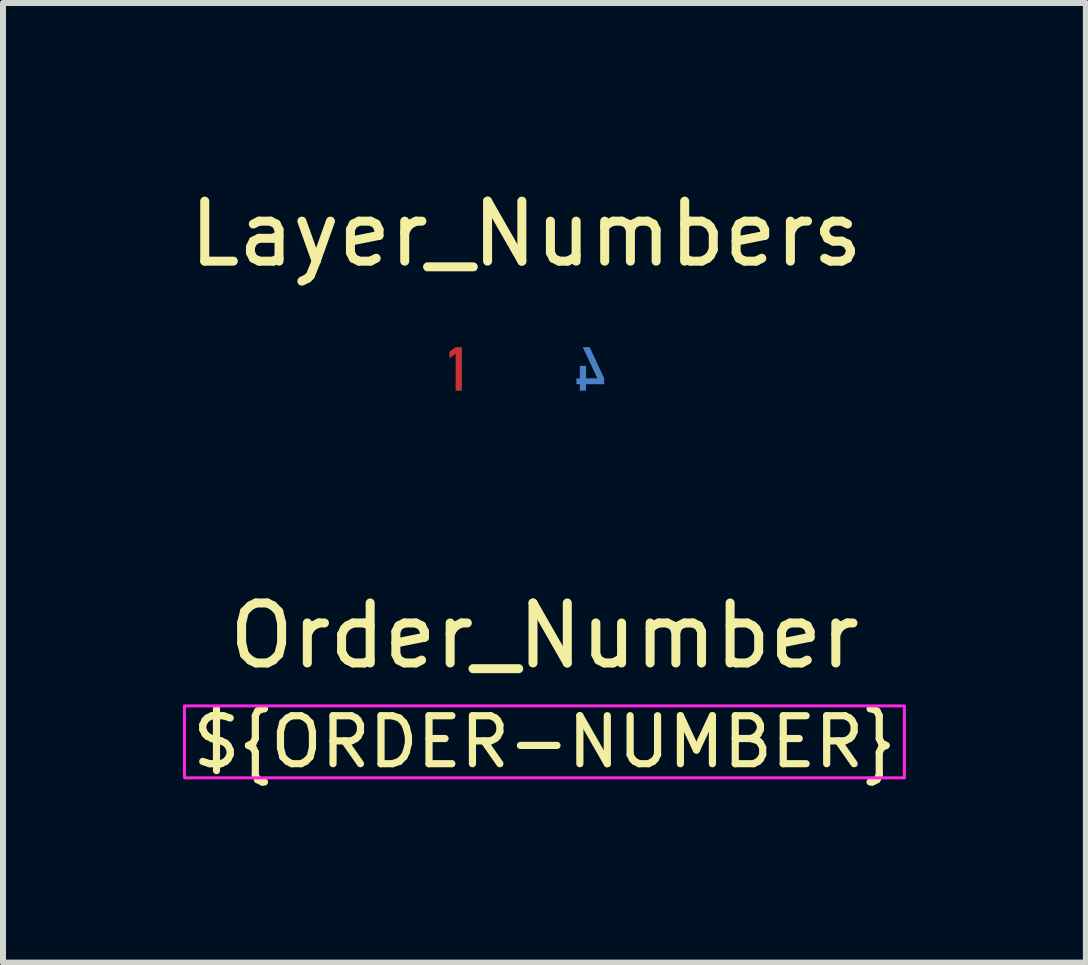
<source format=kicad_pcb>
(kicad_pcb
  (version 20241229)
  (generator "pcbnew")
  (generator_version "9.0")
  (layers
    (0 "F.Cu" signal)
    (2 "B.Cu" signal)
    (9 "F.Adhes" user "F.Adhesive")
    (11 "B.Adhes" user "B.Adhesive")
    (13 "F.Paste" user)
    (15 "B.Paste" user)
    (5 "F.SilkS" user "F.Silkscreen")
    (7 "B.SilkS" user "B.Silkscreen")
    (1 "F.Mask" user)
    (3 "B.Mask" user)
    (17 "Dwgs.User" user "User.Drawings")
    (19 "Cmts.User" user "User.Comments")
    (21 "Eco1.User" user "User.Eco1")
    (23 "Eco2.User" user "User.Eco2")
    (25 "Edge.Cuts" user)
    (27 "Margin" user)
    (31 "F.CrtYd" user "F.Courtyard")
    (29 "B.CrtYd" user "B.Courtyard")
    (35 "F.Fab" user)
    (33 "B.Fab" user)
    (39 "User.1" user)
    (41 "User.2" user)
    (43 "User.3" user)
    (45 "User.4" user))
  (footprint "Layer_Numbers"
    (layer "F.Cu")
    (at 5.72 3.098)
    (property "Reference" "Layer_Numbers" (at 0 -2.25 0) (unlocked yes) (layer "F.SilkS") (effects (font (size 1 1) (thickness 0.15))))
    (attr exclude_from_pos_files exclude_from_bom allow_missing_courtyard)
    (fp_poly (pts (xy -1.072 0.364) (xy -1.175 0.364) (xy -1.175 -0.251) (xy -1.278 -0.176) (xy -1.278 -0.286) (xy -1.175 -0.361) (xy -1.072 -0.361)) (stroke (width 0) (type solid)) (fill yes) (layer "F.Cu"))
    (fp_rect (start -1.5 -0.5) (end 1.5 0.5) (stroke (width 0) (type solid)) (fill yes) (layer "F.Mask"))
    (fp_poly (pts (xy 1.301 0.158) (xy 1.301 0.256) (xy 0.999 0.256) (xy 0.999 0.364) (xy 0.895 0.364) (xy 0.895 0.256) (xy 0.838 0.256) (xy 0.838 0.158) (xy 0.895 0.158) (xy 0.895 -0.05) (xy 0.999 -0.05) (xy 0.999 0.158) (xy 1.188 0.158) (xy 0.943 -0.361) (xy 1.059 -0.361)) (stroke (width 0) (type solid)) (fill yes) (layer "B.Cu"))
    (fp_rect (start -1.5 -0.5) (end 1.5 0.5) (stroke (width 0) (type solid)) (fill yes) (layer "B.Mask"))
    (fp_poly (pts (xy -0.395 -0.367) (xy -0.383 -0.366) (xy -0.372 -0.364) (xy -0.362 -0.363) (xy -0.351 -0.361) (xy -0.341 -0.358) (xy -0.331 -0.355) (xy -0.321 -0.351) (xy -0.312 -0.348) (xy -0.303 -0.343) (xy -0.294 -0.338) (xy -0.286 -0.333) (xy -0.278 -0.327) (xy -0.27 -0.321) (xy -0.262 -0.314) (xy -0.254 -0.307) (xy -0.247 -0.3) (xy -0.241 -0.292) (xy -0.234 -0.284) (xy -0.229 -0.276) (xy -0.223 -0.268) (xy -0.218 -0.259) (xy -0.214 -0.25) (xy -0.21 -0.241) (xy -0.206 -0.232) (xy -0.203 -0.222) (xy -0.201 -0.213) (xy -0.198 -0.202) (xy -0.197 -0.192) (xy -0.195 -0.182) (xy -0.195 -0.171) (xy -0.194 -0.16) (xy -0.194 -0.151) (xy -0.195 -0.142) (xy -0.196 -0.133) (xy -0.197 -0.125) (xy -0.199 -0.116) (xy -0.2 -0.108) (xy -0.203 -0.1) (xy -0.205 -0.092) (xy -0.208 -0.084) (xy -0.211 -0.076) (xy -0.215 -0.069) (xy -0.219 -0.061) (xy -0.223 -0.054) (xy -0.228 -0.047) (xy -0.233 -0.039) (xy -0.238 -0.032) (xy -0.471 0.26) (xy -0.194 0.26) (xy -0.194 0.364) (xy -0.607 0.364) (xy -0.607 0.266) (xy -0.325 -0.088) (xy -0.323 -0.091) (xy -0.321 -0.093) (xy -0.319 -0.096) (xy -0.317 -0.099) (xy -0.315 -0.101) (xy -0.314 -0.104) (xy -0.312 -0.106) (xy -0.311 -0.109) (xy -0.309 -0.111) (xy -0.308 -0.114) (xy -0.307 -0.116) (xy -0.306 -0.118) (xy -0.305 -0.121) (xy -0.304 -0.123) (xy -0.303 -0.126) (xy -0.302 -0.128) (xy -0.301 -0.132) (xy -0.3 -0.136) (xy -0.3 -0.141) (xy -0.299 -0.145) (xy -0.299 -0.149) (xy -0.299 -0.153) (xy -0.298 -0.157) (xy -0.298 -0.161) (xy -0.298 -0.166) (xy -0.299 -0.171) (xy -0.299 -0.176) (xy -0.3 -0.18) (xy -0.301 -0.185) (xy -0.302 -0.19) (xy -0.303 -0.194) (xy -0.305 -0.199) (xy -0.306 -0.203) (xy -0.308 -0.207) (xy -0.31 -0.212) (xy -0.312 -0.216) (xy -0.315 -0.22) (xy -0.318 -0.224) (xy -0.32 -0.228) (xy -0.324 -0.232) (xy -0.327 -0.235) (xy -0.33 -0.239) (xy -0.334 -0.242) (xy -0.338 -0.245) (xy -0.342 -0.248) (xy -0.346 -0.25) (xy -0.351 -0.253) (xy -0.355 -0.255) (xy -0.36 -0.257) (xy -0.365 -0.258) (xy -0.37 -0.26) (xy -0.375 -0.261) (xy -0.381 -0.262) (xy -0.386 -0.262) (xy -0.392 -0.263) (xy -0.398 -0.263) (xy -0.403 -0.263) (xy -0.409 -0.263) (xy -0.414 -0.262) (xy -0.419 -0.261) (xy -0.423 -0.26) (xy -0.428 -0.259) (xy -0.433 -0.258) (xy -0.437 -0.256) (xy -0.442 -0.254) (xy -0.446 -0.252) (xy -0.45 -0.25) (xy -0.454 -0.248) (xy -0.458 -0.245) (xy -0.462 -0.242) (xy -0.466 -0.239) (xy -0.469 -0.236) (xy -0.473 -0.232) (xy -0.476 -0.228) (xy -0.479 -0.225) (xy -0.482 -0.221) (xy -0.485 -0.216) (xy -0.488 -0.212) (xy -0.49 -0.207) (xy -0.493 -0.203) (xy -0.495 -0.198) (xy -0.497 -0.193) (xy -0.498 -0.188) (xy -0.5 -0.182) (xy -0.501 -0.176) (xy -0.502 -0.171) (xy -0.503 -0.165) (xy -0.504 -0.159) (xy -0.607 -0.159) (xy -0.607 -0.17) (xy -0.606 -0.181) (xy -0.604 -0.191) (xy -0.602 -0.202) (xy -0.6 -0.212) (xy -0.597 -0.222) (xy -0.594 -0.232) (xy -0.59 -0.241) (xy -0.586 -0.251) (xy -0.582 -0.259) (xy -0.577 -0.268) (xy -0.572 -0.277) (xy -0.566 -0.285) (xy -0.56 -0.293) (xy -0.554 -0.301) (xy -0.547 -0.308) (xy -0.539 -0.315) (xy -0.532 -0.322) (xy -0.524 -0.328) (xy -0.517 -0.334) (xy -0.508 -0.339) (xy -0.5 -0.344) (xy -0.492 -0.348) (xy -0.483 -0.352) (xy -0.474 -0.355) (xy -0.465 -0.358) (xy -0.456 -0.361) (xy -0.446 -0.363) (xy -0.436 -0.365) (xy -0.427 -0.366) (xy -0.416 -0.367) (xy -0.406 -0.367)) (stroke (width 0) (type solid)) (fill yes) (layer "In1.Cu"))
    (fp_poly (pts (xy 0.357 -0.367) (xy 0.366 -0.366) (xy 0.376 -0.365) (xy 0.385 -0.363) (xy 0.394 -0.361) (xy 0.403 -0.359) (xy 0.411 -0.356) (xy 0.42 -0.353) (xy 0.428 -0.349) (xy 0.436 -0.345) (xy 0.444 -0.34) (xy 0.452 -0.335) (xy 0.46 -0.33) (xy 0.467 -0.324) (xy 0.474 -0.318) (xy 0.481 -0.311) (xy 0.488 -0.304) (xy 0.495 -0.297) (xy 0.501 -0.29) (xy 0.507 -0.282) (xy 0.512 -0.274) (xy 0.517 -0.266) (xy 0.522 -0.258) (xy 0.526 -0.25) (xy 0.53 -0.241) (xy 0.534 -0.233) (xy 0.537 -0.224) (xy 0.539 -0.214) (xy 0.542 -0.205) (xy 0.544 -0.195) (xy 0.545 -0.186) (xy 0.546 -0.176) (xy 0.443 -0.176) (xy 0.441 -0.181) (xy 0.44 -0.187) (xy 0.438 -0.192) (xy 0.436 -0.197) (xy 0.435 -0.201) (xy 0.433 -0.206) (xy 0.43 -0.21) (xy 0.428 -0.215) (xy 0.425 -0.219) (xy 0.423 -0.223) (xy 0.42 -0.226) (xy 0.417 -0.23) (xy 0.414 -0.233) (xy 0.411 -0.236) (xy 0.407 -0.239) (xy 0.404 -0.242) (xy 0.4 -0.244) (xy 0.397 -0.247) (xy 0.393 -0.249) (xy 0.39 -0.251) (xy 0.386 -0.253) (xy 0.382 -0.255) (xy 0.379 -0.256) (xy 0.375 -0.258) (xy 0.371 -0.259) (xy 0.367 -0.26) (xy 0.363 -0.261) (xy 0.359 -0.262) (xy 0.355 -0.262) (xy 0.351 -0.263) (xy 0.347 -0.263) (xy 0.343 -0.263) (xy 0.338 -0.263) (xy 0.332 -0.263) (xy 0.326 -0.262) (xy 0.321 -0.261) (xy 0.316 -0.26) (xy 0.311 -0.259) (xy 0.306 -0.257) (xy 0.301 -0.255) (xy 0.297 -0.253) (xy 0.292 -0.251) (xy 0.288 -0.249) (xy 0.283 -0.246) (xy 0.279 -0.244) (xy 0.275 -0.241) (xy 0.271 -0.237) (xy 0.268 -0.234) (xy 0.264 -0.23) (xy 0.261 -0.226) (xy 0.258 -0.222) (xy 0.255 -0.218) (xy 0.252 -0.214) (xy 0.25 -0.21) (xy 0.247 -0.205) (xy 0.245 -0.2) (xy 0.244 -0.196) (xy 0.242 -0.191) (xy 0.241 -0.186) (xy 0.24 -0.181) (xy 0.239 -0.175) (xy 0.238 -0.17) (xy 0.238 -0.165) (xy 0.237 -0.159) (xy 0.237 -0.153) (xy 0.238 -0.148) (xy 0.238 -0.142) (xy 0.239 -0.137) (xy 0.24 -0.132) (xy 0.241 -0.127) (xy 0.243 -0.122) (xy 0.245 -0.118) (xy 0.247 -0.113) (xy 0.249 -0.109) (xy 0.251 -0.105) (xy 0.254 -0.1) (xy 0.257 -0.096) (xy 0.26 -0.093) (xy 0.263 -0.089) (xy 0.267 -0.085) (xy 0.27 -0.082) (xy 0.274 -0.078) (xy 0.279 -0.075) (xy 0.283 -0.072) (xy 0.287 -0.07) (xy 0.292 -0.067) (xy 0.297 -0.065) (xy 0.302 -0.063) (xy 0.307 -0.062) (xy 0.313 -0.06) (xy 0.318 -0.059) (xy 0.324 -0.058) (xy 0.33 -0.057) (xy 0.336 -0.056) (xy 0.343 -0.056) (xy 0.349 -0.056) (xy 0.385 -0.056) (xy 0.385 0.036) (xy 0.341 0.036) (xy 0.335 0.036) (xy 0.329 0.036) (xy 0.324 0.037) (xy 0.318 0.038) (xy 0.313 0.039) (xy 0.307 0.04) (xy 0.302 0.042) (xy 0.297 0.043) (xy 0.292 0.045) (xy 0.288 0.047) (xy 0.283 0.05) (xy 0.278 0.052) (xy 0.274 0.055) (xy 0.27 0.058) (xy 0.266 0.062) (xy 0.262 0.065) (xy 0.258 0.069) (xy 0.254 0.073) (xy 0.251 0.078) (xy 0.248 0.082) (xy 0.245 0.087) (xy 0.242 0.092) (xy 0.24 0.097) (xy 0.238 0.102) (xy 0.236 0.107) (xy 0.234 0.113) (xy 0.232 0.119) (xy 0.231 0.125) (xy 0.23 0.131) (xy 0.23 0.137) (xy 0.229 0.144) (xy 0.229 0.151) (xy 0.229 0.158) (xy 0.23 0.164) (xy 0.23 0.17) (xy 0.231 0.176) (xy 0.232 0.182) (xy 0.234 0.188) (xy 0.236 0.193) (xy 0.238 0.199) (xy 0.24 0.204) (xy 0.242 0.209) (xy 0.245 0.214) (xy 0.248 0.218) (xy 0.251 0.222) (xy 0.254 0.227) (xy 0.258 0.231) (xy 0.262 0.234) (xy 0.266 0.238) (xy 0.27 0.242) (xy 0.274 0.245) (xy 0.278 0.248) (xy 0.283 0.251) (xy 0.287 0.253) (xy 0.292 0.256) (xy 0.297 0.258) (xy 0.301 0.26) (xy 0.306 0.261) (xy 0.312 0.263) (xy 0.317 0.264) (xy 0.322 0.265) (xy 0.328 0.265) (xy 0.333 0.266) (xy 0.339 0.266) (xy 0.344 0.266) (xy 0.349 0.265) (xy 0.354 0.265) (xy 0.359 0.264) (xy 0.364 0.263) (xy 0.368 0.262) (xy 0.373 0.261) (xy 0.377 0.26) (xy 0.381 0.258) (xy 0.386 0.257) (xy 0.389 0.255) (xy 0.393 0.253) (xy 0.397 0.25) (xy 0.401 0.248) (xy 0.404 0.245) (xy 0.407 0.242) (xy 0.41 0.239) (xy 0.413 0.236) (xy 0.416 0.233) (xy 0.419 0.23) (xy 0.422 0.227) (xy 0.425 0.224) (xy 0.427 0.22) (xy 0.43 0.216) (xy 0.432 0.213) (xy 0.435 0.209) (xy 0.437 0.205) (xy 0.439 0.201) (xy 0.441 0.197) (xy 0.443 0.193) (xy 0.445 0.188) (xy 0.447 0.184) (xy 0.551 0.184) (xy 0.548 0.195) (xy 0.546 0.206) (xy 0.543 0.216) (xy 0.54 0.226) (xy 0.536 0.236) (xy 0.532 0.245) (xy 0.528 0.255) (xy 0.524 0.263) (xy 0.519 0.272) (xy 0.514 0.28) (xy 0.508 0.288) (xy 0.503 0.295) (xy 0.496 0.302) (xy 0.49 0.309) (xy 0.483 0.316) (xy 0.476 0.322) (xy 0.469 0.328) (xy 0.462 0.333) (xy 0.454 0.338) (xy 0.447 0.343) (xy 0.439 0.347) (xy 0.431 0.351) (xy 0.423 0.354) (xy 0.415 0.358) (xy 0.407 0.36) (xy 0.398 0.363) (xy 0.39 0.365) (xy 0.381 0.367) (xy 0.372 0.368) (xy 0.363 0.369) (xy 0.354 0.369) (xy 0.345 0.37) (xy 0.333 0.369) (xy 0.322 0.368) (xy 0.31 0.367) (xy 0.299 0.365) (xy 0.289 0.363) (xy 0.278 0.36) (xy 0.268 0.357) (xy 0.258 0.354) (xy 0.248 0.35) (xy 0.239 0.345) (xy 0.23 0.34) (xy 0.221 0.335) (xy 0.212 0.329) (xy 0.204 0.323) (xy 0.196 0.316) (xy 0.188 0.308) (xy 0.181 0.301) (xy 0.174 0.293) (xy 0.167 0.285) (xy 0.161 0.276) (xy 0.155 0.267) (xy 0.15 0.258) (xy 0.145 0.249) (xy 0.141 0.239) (xy 0.138 0.229) (xy 0.134 0.218) (xy 0.132 0.207) (xy 0.129 0.196) (xy 0.128 0.185) (xy 0.126 0.173) (xy 0.125 0.16) (xy 0.125 0.148) (xy 0.125 0.142) (xy 0.125 0.136) (xy 0.126 0.131) (xy 0.126 0.125) (xy 0.127 0.12) (xy 0.128 0.114) (xy 0.129 0.109) (xy 0.13 0.103) (xy 0.131 0.098) (xy 0.133 0.092) (xy 0.134 0.087) (xy 0.136 0.082) (xy 0.138 0.076) (xy 0.14 0.071) (xy 0.142 0.066) (xy 0.144 0.06) (xy 0.147 0.055) (xy 0.15 0.05) (xy 0.153 0.045) (xy 0.156 0.04) (xy 0.16 0.035) (xy 0.163 0.031) (xy 0.167 0.026) (xy 0.171 0.022) (xy 0.175 0.017) (xy 0.18 0.013) (xy 0.184 0.009) (xy 0.189 0.004) (xy 0.194 0.000395) (xy 0.199 -0.004) (xy 0.205 -0.007) (xy 0.21 -0.011) (xy 0.205 -0.015) (xy 0.2 -0.019) (xy 0.195 -0.023) (xy 0.19 -0.027) (xy 0.185 -0.031) (xy 0.181 -0.035) (xy 0.177 -0.039) (xy 0.173 -0.044) (xy 0.169 -0.048) (xy 0.165 -0.052) (xy 0.162 -0.057) (xy 0.159 -0.061) (xy 0.156 -0.066) (xy 0.153 -0.071) (xy 0.151 -0.075) (xy 0.148 -0.08) (xy 0.147 -0.085) (xy 0.145 -0.09) (xy 0.143 -0.095) (xy 0.142 -0.1) (xy 0.141 -0.105) (xy 0.139 -0.11) (xy 0.138 -0.115) (xy 0.137 -0.12) (xy 0.136 -0.125) (xy 0.136 -0.13) (xy 0.135 -0.135) (xy 0.134 -0.14) (xy 0.134 -0.145) (xy 0.134 -0.15) (xy 0.134 -0.156) (xy 0.133 -0.161) (xy 0.134 -0.171) (xy 0.135 -0.181) (xy 0.136 -0.191) (xy 0.137 -0.201) (xy 0.139 -0.21) (xy 0.142 -0.22) (xy 0.145 -0.229) (xy 0.148 -0.238) (xy 0.152 -0.247) (xy 0.156 -0.255) (xy 0.161 -0.264) (xy 0.166 -0.272) (xy 0.171 -0.28) (xy 0.177 -0.288) (xy 0.183 -0.296) (xy 0.19 -0.304) (xy 0.198 -0.311) (xy 0.205 -0.319) (xy 0.213 -0.325) (xy 0.222 -0.331) (xy 0.23 -0.337) (xy 0.239 -0.342) (xy 0.249 -0.347) (xy 0.258 -0.351) (xy 0.268 -0.355) (xy 0.279 -0.358) (xy 0.289 -0.361) (xy 0.3 -0.363) (xy 0.312 -0.365) (xy 0.323 -0.366) (xy 0.335 -0.367) (xy 0.347 -0.367)) (stroke (width 0) (type solid)) (fill yes) (layer "In2.Cu"))
    (zone (net_name "") (layers "F.Cu" "F.Mask" "B.Cu" "B.Mask") (hatch edge 0.508) (connect_pads) (min_thickness 0.254) (filled_areas_thickness no) (keepout (tracks not_allowed) (vias not_allowed) (pads not_allowed) (copperpour not_allowed) (footprints allowed)) (placement (enabled no)) (fill) (polygon (pts (xy 7.32 3.698) (xy 4.12 3.698) (xy 4.12 2.498) (xy 7.32 2.498)))))
  (footprint "Order_Number"
    (layer "F.Cu")
    (at 6.025 9.316)
    (property "Reference" "Order_Number" (at 0 -1.77 0) (unlocked yes) (layer "F.SilkS") (effects (font (size 1 1) (thickness 0.15))))
    (attr exclude_from_pos_files exclude_from_bom)
    (fp_rect (start -6 -0.6) (end 6 0.6) (stroke (width 0.05) (type solid)) (fill no) (layer "F.CrtYd"))
    (fp_text user "${ORDER-NUMBER}" (at 0 0 0) (unlocked yes) (layer "F.SilkS") (effects (font (size 0.8 0.8) (thickness 0.12)))))
  (gr_rect
    (start -3 -3)
    (end 15.05 12.995)
    (stroke (width 0.1) (type default))
    (fill no)
    (layer "Edge.Cuts")))
</source>
